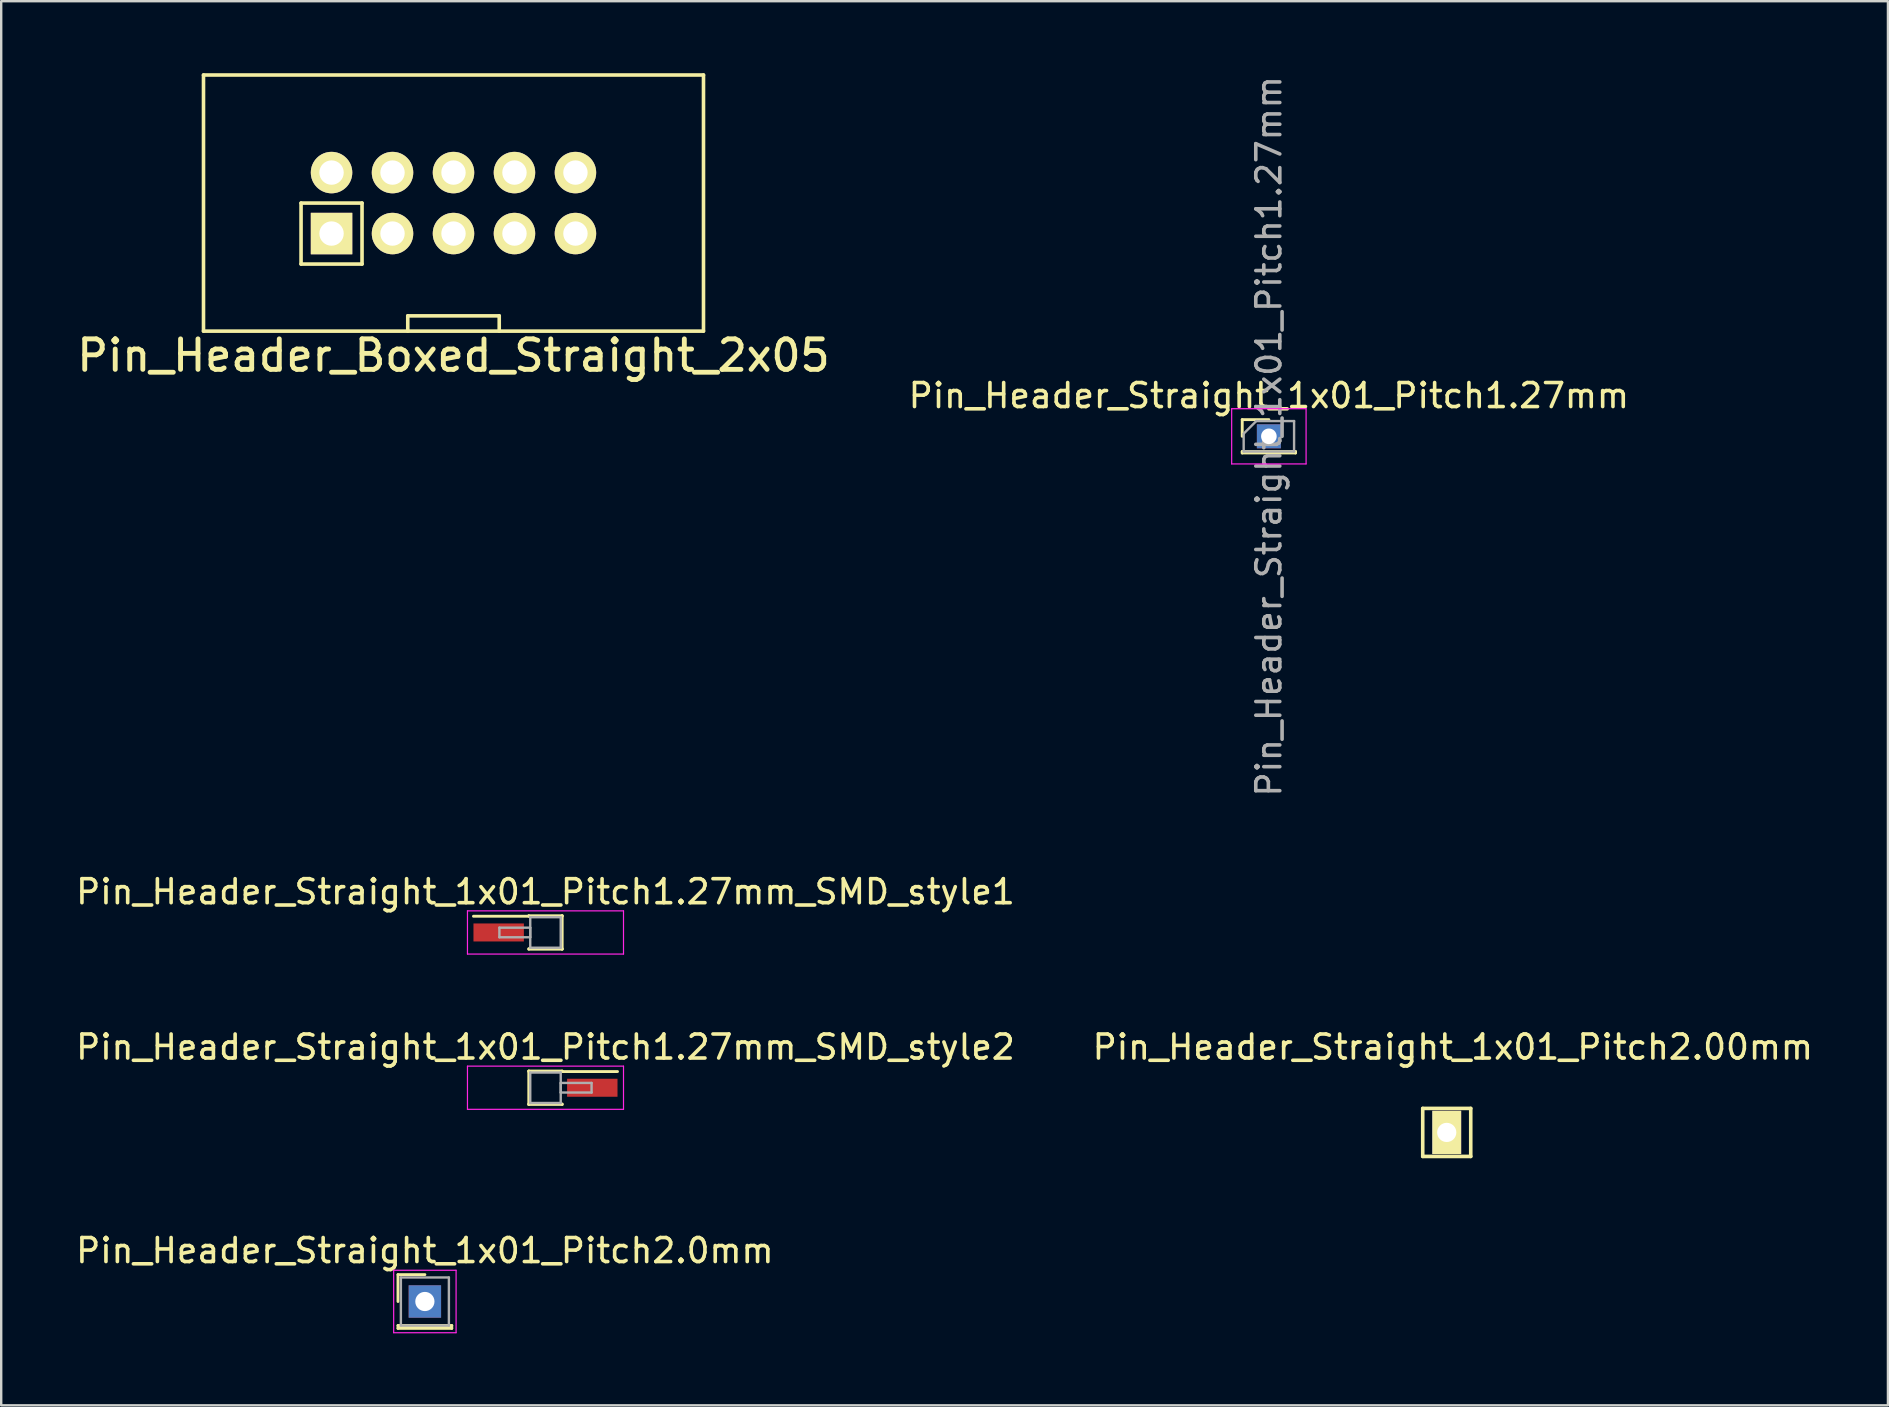
<source format=kicad_pcb>
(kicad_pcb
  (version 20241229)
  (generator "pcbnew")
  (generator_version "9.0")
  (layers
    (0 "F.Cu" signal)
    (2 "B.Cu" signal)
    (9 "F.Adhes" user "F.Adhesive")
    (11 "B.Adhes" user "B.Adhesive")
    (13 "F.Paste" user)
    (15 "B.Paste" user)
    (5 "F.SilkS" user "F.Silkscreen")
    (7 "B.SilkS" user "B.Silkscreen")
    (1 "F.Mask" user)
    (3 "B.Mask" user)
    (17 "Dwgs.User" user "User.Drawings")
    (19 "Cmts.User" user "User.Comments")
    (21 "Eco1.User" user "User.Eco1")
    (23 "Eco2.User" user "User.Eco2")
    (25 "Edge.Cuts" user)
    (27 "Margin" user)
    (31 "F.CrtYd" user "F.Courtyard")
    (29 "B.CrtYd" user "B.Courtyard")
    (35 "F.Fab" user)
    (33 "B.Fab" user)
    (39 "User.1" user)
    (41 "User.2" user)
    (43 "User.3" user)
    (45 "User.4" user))
  (footprint "Pin_Header_Straight_1x01_Pitch2.0mm"
    (layer "F.Cu")
    (at 14.649 51.166)
    (property "Reference" "Pin_Header_Straight_1x01_Pitch2.0mm" (at 0 -2.12 0) (layer "F.SilkS") (effects (font (size 1 1) (thickness 0.15))))
    (attr through_hole)
    (fp_line (start -1.12 -1.12) (end 0 -1.12) (stroke (width 0.12) (type solid)) (layer "F.SilkS"))
    (fp_line (start -1.12 0) (end -1.12 -1.12) (stroke (width 0.12) (type solid)) (layer "F.SilkS"))
    (fp_line (start -1.12 1) (end -1.12 1.12) (stroke (width 0.12) (type solid)) (layer "F.SilkS"))
    (fp_line (start -1.12 1.12) (end 1.12 1.12) (stroke (width 0.12) (type solid)) (layer "F.SilkS"))
    (fp_line (start 1.12 1) (end -1.12 1) (stroke (width 0.12) (type solid)) (layer "F.SilkS"))
    (fp_line (start 1.12 1.12) (end 1.12 1) (stroke (width 0.12) (type solid)) (layer "F.SilkS"))
    (fp_line (start -1.3 -1.3) (end -1.3 1.3) (stroke (width 0.05) (type solid)) (layer "F.CrtYd"))
    (fp_line (start -1.3 1.3) (end 1.3 1.3) (stroke (width 0.05) (type solid)) (layer "F.CrtYd"))
    (fp_line (start 1.3 -1.3) (end -1.3 -1.3) (stroke (width 0.05) (type solid)) (layer "F.CrtYd"))
    (fp_line (start 1.3 1.3) (end 1.3 -1.3) (stroke (width 0.05) (type solid)) (layer "F.CrtYd"))
    (fp_line (start -1 -1) (end -1 1) (stroke (width 0.1) (type solid)) (layer "F.Fab"))
    (fp_line (start -1 1) (end 1 1) (stroke (width 0.1) (type solid)) (layer "F.Fab"))
    (fp_line (start 1 -1) (end -1 -1) (stroke (width 0.1) (type solid)) (layer "F.Fab"))
    (fp_line (start 1 1) (end 1 -1) (stroke (width 0.1) (type solid)) (layer "F.Fab"))
    (pad "1" thru_hole rect (at 0 0) (size 1.35 1.35) (drill 0.8) (layers "*.Cu" "*.Mask")))
  (footprint "Pin_Header_Straight_1x01_Pitch2.00mm"
    (layer "F.Cu")
    (at 57.216 44.123)
    (property "Reference" "Pin_Header_Straight_1x01_Pitch2.00mm" (at 0.254 -3.556 0) (layer "F.SilkS") (effects (font (size 1 1) (thickness 0.15))))
    (attr through_hole)
    (fp_line (start -1 -1) (end 1 -1) (stroke (width 0.15) (type solid)) (layer "F.SilkS"))
    (fp_line (start -1 1) (end -1 -1) (stroke (width 0.15) (type solid)) (layer "F.SilkS"))
    (fp_line (start 1 -1) (end 1 1) (stroke (width 0.15) (type solid)) (layer "F.SilkS"))
    (fp_line (start 1 1) (end -1 1) (stroke (width 0.15) (type solid)) (layer "F.SilkS"))
    (pad "1" thru_hole rect (at 0 0) (size 1.2 1.8) (drill 0.8) (layers "*.Cu" "*.Mask" "F.SilkS")))
  (footprint "Pin_Header_Straight_1x01_Pitch1.27mm"
    (layer "F.Cu")
    (at 49.807 15.125)
    (property "Reference" "Pin_Header_Straight_1x01_Pitch1.27mm" (at 0 -1.695 0) (layer "F.SilkS") (effects (font (size 1 1) (thickness 0.15))))
    (attr through_hole)
    (fp_line (start -1.11 -0.695) (end 0 -0.695) (stroke (width 0.12) (type solid)) (layer "F.SilkS"))
    (fp_line (start -1.11 0) (end -1.11 -0.695) (stroke (width 0.12) (type solid)) (layer "F.SilkS"))
    (fp_line (start -1.11 0.635) (end -1.11 0.695) (stroke (width 0.12) (type solid)) (layer "F.SilkS"))
    (fp_line (start -1.11 0.695) (end 1.11 0.695) (stroke (width 0.12) (type solid)) (layer "F.SilkS"))
    (fp_line (start 1.11 0.635) (end -1.11 0.635) (stroke (width 0.12) (type solid)) (layer "F.SilkS"))
    (fp_line (start 1.11 0.695) (end 1.11 0.635) (stroke (width 0.12) (type solid)) (layer "F.SilkS"))
    (fp_line (start -1.55 -1.15) (end -1.55 1.15) (stroke (width 0.05) (type solid)) (layer "F.CrtYd"))
    (fp_line (start -1.55 1.15) (end 1.55 1.15) (stroke (width 0.05) (type solid)) (layer "F.CrtYd"))
    (fp_line (start 1.55 -1.15) (end -1.55 -1.15) (stroke (width 0.05) (type solid)) (layer "F.CrtYd"))
    (fp_line (start 1.55 1.15) (end 1.55 -1.15) (stroke (width 0.05) (type solid)) (layer "F.CrtYd"))
    (fp_line (start -1.05 -0.11) (end -0.525 -0.635) (stroke (width 0.1) (type solid)) (layer "F.Fab"))
    (fp_line (start -1.05 0.635) (end -1.05 -0.11) (stroke (width 0.1) (type solid)) (layer "F.Fab"))
    (fp_line (start -0.525 -0.635) (end 1.05 -0.635) (stroke (width 0.1) (type solid)) (layer "F.Fab"))
    (fp_line (start 1.05 -0.635) (end 1.05 0.635) (stroke (width 0.1) (type solid)) (layer "F.Fab"))
    (fp_line (start 1.05 0.635) (end -1.05 0.635) (stroke (width 0.1) (type solid)) (layer "F.Fab"))
    (fp_text user "${REFERENCE}" (at 0 0 90) (layer "F.Fab") (effects (font (size 1 1) (thickness 0.15))))
    (pad "1" thru_hole rect (at 0 0) (size 1 1) (drill 0.65) (layers "*.Cu" "*.Mask")))
  (footprint "Pin_Header_Boxed_Straight_2x05"
    (layer "F.Cu")
    (at 15.841 5.409)
    (property "Reference" "Pin_Header_Boxed_Straight_2x05" (at 0 6.35 0) (layer "F.SilkS") (effects (font (size 1.27 1.27) (thickness 0.203))))
    (attr through_hole)
    (fp_line (start -10.414 -5.334) (end 10.414 -5.334) (stroke (width 0.15) (type solid)) (layer "F.SilkS"))
    (fp_line (start -10.414 5.334) (end -10.414 -5.334) (stroke (width 0.15) (type solid)) (layer "F.SilkS"))
    (fp_line (start -6.35 0) (end -3.81 0) (stroke (width 0.15) (type solid)) (layer "F.SilkS"))
    (fp_line (start -6.35 2.54) (end -6.35 0) (stroke (width 0.15) (type solid)) (layer "F.SilkS"))
    (fp_line (start -6.35 2.54) (end -3.81 2.54) (stroke (width 0.15) (type solid)) (layer "F.SilkS"))
    (fp_line (start -3.81 0) (end -3.81 2.54) (stroke (width 0.15) (type solid)) (layer "F.SilkS"))
    (fp_line (start -1.905 4.699) (end 1.905 4.699) (stroke (width 0.15) (type solid)) (layer "F.SilkS"))
    (fp_line (start -1.905 5.334) (end -1.905 4.699) (stroke (width 0.15) (type solid)) (layer "F.SilkS"))
    (fp_line (start 1.905 4.699) (end 1.905 5.334) (stroke (width 0.15) (type solid)) (layer "F.SilkS"))
    (fp_line (start 10.414 -5.334) (end 10.414 5.334) (stroke (width 0.15) (type solid)) (layer "F.SilkS"))
    (fp_line (start 10.414 5.334) (end -10.414 5.334) (stroke (width 0.15) (type solid)) (layer "F.SilkS"))
    (pad "1" thru_hole rect (at -5.08 1.27) (size 1.727 1.727) (drill 1.016) (layers "*.Cu" "*.Mask" "F.SilkS"))
    (pad "2" thru_hole oval (at -5.08 -1.27) (size 1.727 1.727) (drill 1.016) (layers "*.Cu" "*.Mask" "F.SilkS"))
    (pad "3" thru_hole oval (at -2.54 1.27) (size 1.727 1.727) (drill 1.016) (layers "*.Cu" "*.Mask" "F.SilkS"))
    (pad "4" thru_hole oval (at -2.54 -1.27) (size 1.727 1.727) (drill 1.016) (layers "*.Cu" "*.Mask" "F.SilkS"))
    (pad "5" thru_hole oval (at 0 1.27) (size 1.727 1.727) (drill 1.016) (layers "*.Cu" "*.Mask" "F.SilkS"))
    (pad "6" thru_hole oval (at 0 -1.27) (size 1.727 1.727) (drill 1.016) (layers "*.Cu" "*.Mask" "F.SilkS"))
    (pad "7" thru_hole oval (at 2.54 1.27) (size 1.727 1.727) (drill 1.016) (layers "*.Cu" "*.Mask" "F.SilkS"))
    (pad "8" thru_hole oval (at 2.54 -1.27) (size 1.727 1.727) (drill 1.016) (layers "*.Cu" "*.Mask" "F.SilkS"))
    (pad "9" thru_hole oval (at 5.08 1.27) (size 1.727 1.727) (drill 1.016) (layers "*.Cu" "*.Mask" "F.SilkS"))
    (pad "10" thru_hole oval (at 5.08 -1.27) (size 1.727 1.727) (drill 1.016) (layers "*.Cu" "*.Mask" "F.SilkS")))
  (footprint "Pin_Header_Straight_1x01_Pitch1.27mm_SMD_style2"
    (layer "F.Cu")
    (at 19.673 42.262)
    (property "Reference" "Pin_Header_Straight_1x01_Pitch1.27mm_SMD_style2" (at 0 -1.695 0) (layer "F.SilkS") (effects (font (size 1 1) (thickness 0.15))))
    (attr smd)
    (fp_line (start -0.695 -0.695) (end -0.695 0.695) (stroke (width 0.12) (type solid)) (layer "F.SilkS"))
    (fp_line (start -0.695 -0.695) (end 0.695 -0.695) (stroke (width 0.12) (type solid)) (layer "F.SilkS"))
    (fp_line (start -0.695 -0.675) (end -0.695 -0.695) (stroke (width 0.12) (type solid)) (layer "F.SilkS"))
    (fp_line (start -0.695 0.675) (end -0.695 0.695) (stroke (width 0.12) (type solid)) (layer "F.SilkS"))
    (fp_line (start -0.695 0.695) (end 0.695 0.695) (stroke (width 0.12) (type solid)) (layer "F.SilkS"))
    (fp_line (start 0.695 -0.695) (end 0.695 -0.675) (stroke (width 0.12) (type solid)) (layer "F.SilkS"))
    (fp_line (start 0.695 -0.675) (end 3 -0.675) (stroke (width 0.12) (type solid)) (layer "F.SilkS"))
    (fp_line (start 0.695 0.695) (end 0.695 0.675) (stroke (width 0.12) (type solid)) (layer "F.SilkS"))
    (fp_line (start -3.25 -0.9) (end -3.25 0.9) (stroke (width 0.05) (type solid)) (layer "F.CrtYd"))
    (fp_line (start -3.25 0.9) (end 3.25 0.9) (stroke (width 0.05) (type solid)) (layer "F.CrtYd"))
    (fp_line (start 3.25 -0.9) (end -3.25 -0.9) (stroke (width 0.05) (type solid)) (layer "F.CrtYd"))
    (fp_line (start 3.25 0.9) (end 3.25 -0.9) (stroke (width 0.05) (type solid)) (layer "F.CrtYd"))
    (fp_line (start -0.635 -0.635) (end -0.635 0.635) (stroke (width 0.1) (type solid)) (layer "F.Fab"))
    (fp_line (start -0.635 0.635) (end 0.635 0.635) (stroke (width 0.1) (type solid)) (layer "F.Fab"))
    (fp_line (start 0.635 -0.635) (end -0.635 -0.635) (stroke (width 0.1) (type solid)) (layer "F.Fab"))
    (fp_line (start 0.635 -0.2) (end 0.635 0.2) (stroke (width 0.1) (type solid)) (layer "F.Fab"))
    (fp_line (start 0.635 0.2) (end 1.92 0.2) (stroke (width 0.1) (type solid)) (layer "F.Fab"))
    (fp_line (start 0.635 0.635) (end 0.635 -0.635) (stroke (width 0.1) (type solid)) (layer "F.Fab"))
    (fp_line (start 1.92 -0.2) (end 0.635 -0.2) (stroke (width 0.1) (type solid)) (layer "F.Fab"))
    (fp_line (start 1.92 0.2) (end 1.92 -0.2) (stroke (width 0.1) (type solid)) (layer "F.Fab"))
    (pad "1" smd rect (at 1.95 0) (size 2.1 0.75) (layers "F.Cu" "F.Mask")))
  (footprint "Pin_Header_Straight_1x01_Pitch1.27mm_SMD_style1"
    (layer "F.Cu")
    (at 19.673 35.793)
    (property "Reference" "Pin_Header_Straight_1x01_Pitch1.27mm_SMD_style1" (at 0 -1.695 0) (layer "F.SilkS") (effects (font (size 1 1) (thickness 0.15))))
    (attr smd)
    (fp_line (start -0.695 -0.695) (end 0.695 -0.695) (stroke (width 0.12) (type solid)) (layer "F.SilkS"))
    (fp_line (start -0.695 -0.675) (end -3 -0.675) (stroke (width 0.12) (type solid)) (layer "F.SilkS"))
    (fp_line (start -0.695 -0.675) (end -0.695 -0.695) (stroke (width 0.12) (type solid)) (layer "F.SilkS"))
    (fp_line (start -0.695 0.675) (end -0.695 0.695) (stroke (width 0.12) (type solid)) (layer "F.SilkS"))
    (fp_line (start -0.695 0.695) (end 0.695 0.695) (stroke (width 0.12) (type solid)) (layer "F.SilkS"))
    (fp_line (start 0.695 -0.695) (end 0.695 -0.675) (stroke (width 0.12) (type solid)) (layer "F.SilkS"))
    (fp_line (start 0.695 -0.695) (end 0.695 0.695) (stroke (width 0.12) (type solid)) (layer "F.SilkS"))
    (fp_line (start 0.695 0.695) (end 0.695 0.675) (stroke (width 0.12) (type solid)) (layer "F.SilkS"))
    (fp_line (start -3.25 -0.9) (end -3.25 0.9) (stroke (width 0.05) (type solid)) (layer "F.CrtYd"))
    (fp_line (start -3.25 0.9) (end 3.25 0.9) (stroke (width 0.05) (type solid)) (layer "F.CrtYd"))
    (fp_line (start 3.25 -0.9) (end -3.25 -0.9) (stroke (width 0.05) (type solid)) (layer "F.CrtYd"))
    (fp_line (start 3.25 0.9) (end 3.25 -0.9) (stroke (width 0.05) (type solid)) (layer "F.CrtYd"))
    (fp_line (start -1.92 -0.2) (end -0.635 -0.2) (stroke (width 0.1) (type solid)) (layer "F.Fab"))
    (fp_line (start -1.92 0.2) (end -1.92 -0.2) (stroke (width 0.1) (type solid)) (layer "F.Fab"))
    (fp_line (start -0.635 -0.635) (end -0.635 0.635) (stroke (width 0.1) (type solid)) (layer "F.Fab"))
    (fp_line (start -0.635 -0.2) (end -0.635 0.2) (stroke (width 0.1) (type solid)) (layer "F.Fab"))
    (fp_line (start -0.635 0.2) (end -1.92 0.2) (stroke (width 0.1) (type solid)) (layer "F.Fab"))
    (fp_line (start -0.635 0.635) (end 0.635 0.635) (stroke (width 0.1) (type solid)) (layer "F.Fab"))
    (fp_line (start 0.635 -0.635) (end -0.635 -0.635) (stroke (width 0.1) (type solid)) (layer "F.Fab"))
    (fp_line (start 0.635 0.635) (end 0.635 -0.635) (stroke (width 0.1) (type solid)) (layer "F.Fab"))
    (pad "1" smd rect (at -1.95 0) (size 2.1 0.75) (layers "F.Cu" "F.Mask")))
  (gr_rect
    (start -3 -3)
    (end 75.595 55.491)
    (stroke (width 0.1) (type default))
    (fill no)
    (layer "Edge.Cuts")))
</source>
